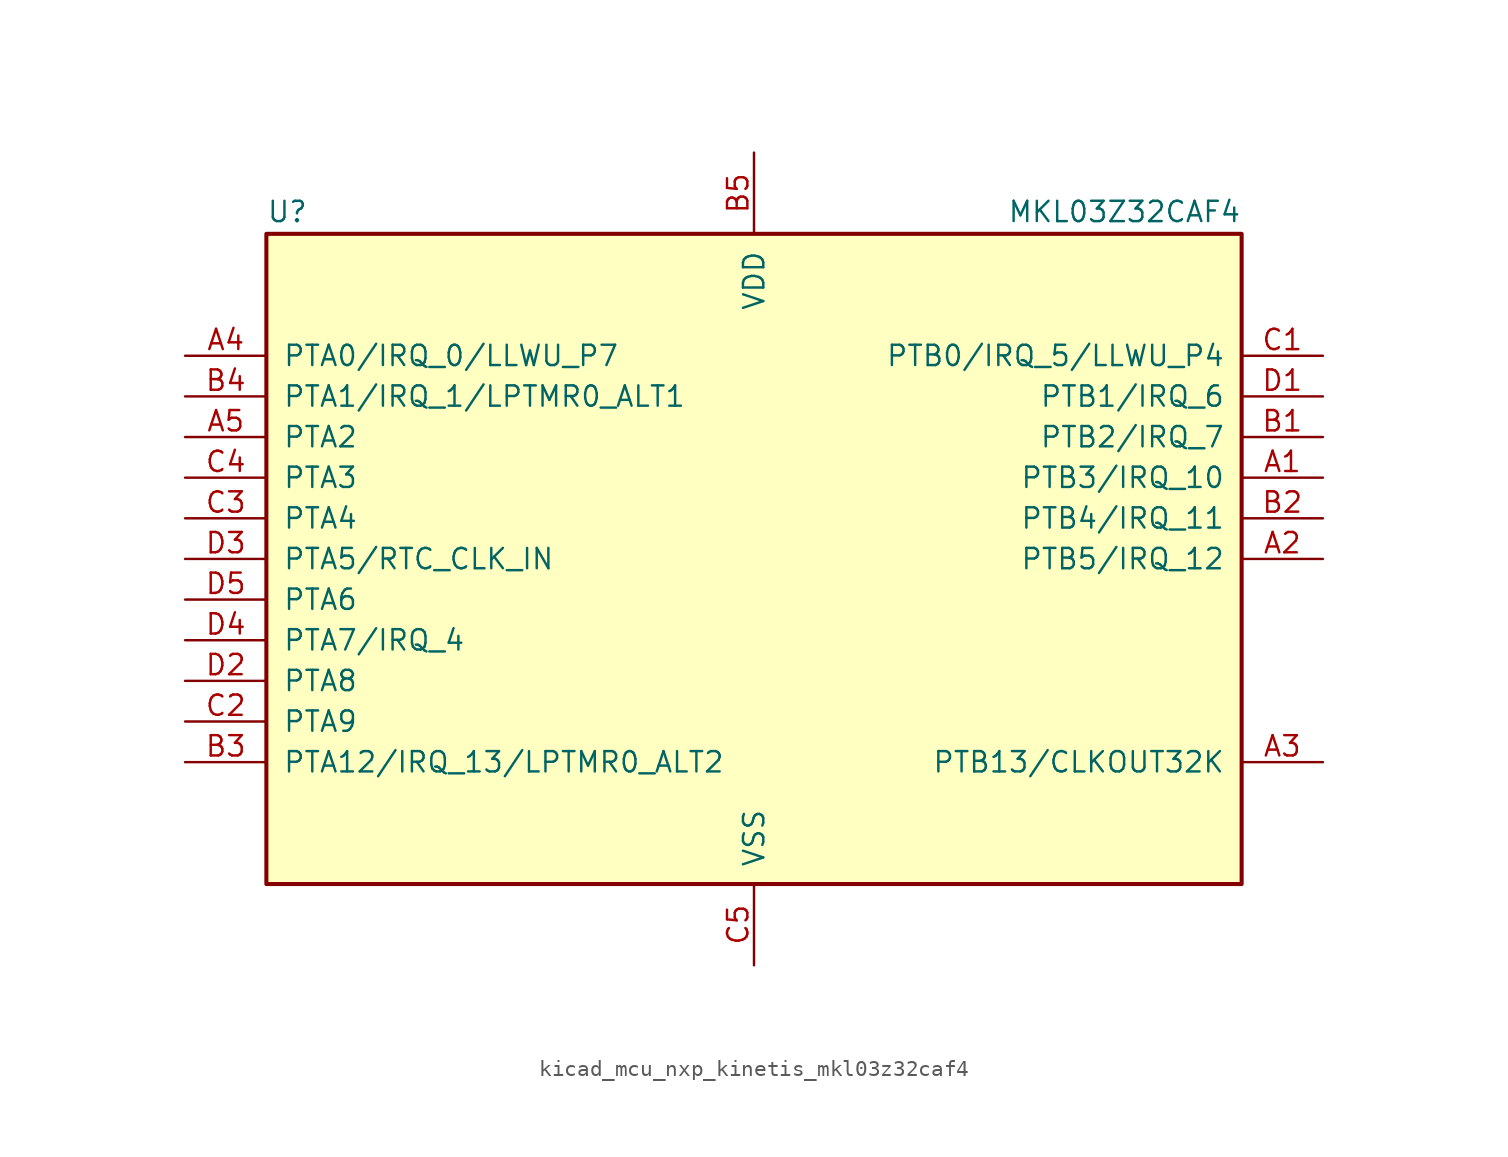
<source format=kicad_sym>
(kicad_symbol_lib
  (version 20220914)
  (generator kicad_symbol_editor)
  (symbol "kicad_mcu_nxp_kinetis_mkl03z32caf4"
    (pin_names
      (offset 1.016))
    (property "Reference" "U"
      (at -30.48 20.955 0)
      (effects (font (size 1.27 1.27)) (justify left bottom)))
    (property "Value" "MKL03Z32CAF4"
      (at 30.48 20.955 0)
      (effects (font (size 1.27 1.27)) (justify right bottom)))
    (symbol "kicad_mcu_nxp_kinetis_mkl03z32caf4_0_1"
      (rectangle (start -30.48 20.32) (end 30.48 -20.32) (stroke (width 0.254) (type default)) (fill (type background))))
    (symbol "kicad_mcu_nxp_kinetis_mkl03z32caf4_1_1"
      (pin bidirectional line (at 35.56 5.08 180) (length 5.08) (name "PTB3/IRQ_10" (effects (font (size 1.27 1.27)))) (number "A1" (effects (font (size 1.27 1.27)))))
      (pin bidirectional line (at 35.56 0 180) (length 5.08) (name "PTB5/IRQ_12" (effects (font (size 1.27 1.27)))) (number "A2" (effects (font (size 1.27 1.27)))))
      (pin bidirectional line (at 35.56 -12.7 180) (length 5.08) (name "PTB13/CLKOUT32K" (effects (font (size 1.27 1.27)))) (number "A3" (effects (font (size 1.27 1.27)))))
      (pin bidirectional line (at -35.56 12.7 0) (length 5.08) (name "PTA0/IRQ_0/LLWU_P7" (effects (font (size 1.27 1.27)))) (number "A4" (effects (font (size 1.27 1.27)))))
      (pin bidirectional line (at -35.56 7.62 0) (length 5.08) (name "PTA2" (effects (font (size 1.27 1.27)))) (number "A5" (effects (font (size 1.27 1.27)))))
      (pin bidirectional line (at 35.56 7.62 180) (length 5.08) (name "PTB2/IRQ_7" (effects (font (size 1.27 1.27)))) (number "B1" (effects (font (size 1.27 1.27)))))
      (pin bidirectional line (at 35.56 2.54 180) (length 5.08) (name "PTB4/IRQ_11" (effects (font (size 1.27 1.27)))) (number "B2" (effects (font (size 1.27 1.27)))))
      (pin bidirectional line (at -35.56 -12.7 0) (length 5.08) (name "PTA12/IRQ_13/LPTMR0_ALT2" (effects (font (size 1.27 1.27)))) (number "B3" (effects (font (size 1.27 1.27)))))
      (pin bidirectional line (at -35.56 10.16 0) (length 5.08) (name "PTA1/IRQ_1/LPTMR0_ALT1" (effects (font (size 1.27 1.27)))) (number "B4" (effects (font (size 1.27 1.27)))))
      (pin power_in line (at 0 25.4 270) (length 5.08) (name "VDD" (effects (font (size 1.27 1.27)))) (number "B5" (effects (font (size 1.27 1.27)))))
      (pin bidirectional line (at 35.56 12.7 180) (length 5.08) (name "PTB0/IRQ_5/LLWU_P4" (effects (font (size 1.27 1.27)))) (number "C1" (effects (font (size 1.27 1.27)))))
      (pin bidirectional line (at -35.56 -10.16 0) (length 5.08) (name "PTA9" (effects (font (size 1.27 1.27)))) (number "C2" (effects (font (size 1.27 1.27)))))
      (pin bidirectional line (at -35.56 2.54 0) (length 5.08) (name "PTA4" (effects (font (size 1.27 1.27)))) (number "C3" (effects (font (size 1.27 1.27)))))
      (pin bidirectional line (at -35.56 5.08 0) (length 5.08) (name "PTA3" (effects (font (size 1.27 1.27)))) (number "C4" (effects (font (size 1.27 1.27)))))
      (pin power_in line (at 0 -25.4 90) (length 5.08) (name "VSS" (effects (font (size 1.27 1.27)))) (number "C5" (effects (font (size 1.27 1.27)))))
      (pin bidirectional line (at 35.56 10.16 180) (length 5.08) (name "PTB1/IRQ_6" (effects (font (size 1.27 1.27)))) (number "D1" (effects (font (size 1.27 1.27)))))
      (pin bidirectional line (at -35.56 -7.62 0) (length 5.08) (name "PTA8" (effects (font (size 1.27 1.27)))) (number "D2" (effects (font (size 1.27 1.27)))))
      (pin bidirectional line (at -35.56 0 0) (length 5.08) (name "PTA5/RTC_CLK_IN" (effects (font (size 1.27 1.27)))) (number "D3" (effects (font (size 1.27 1.27)))))
      (pin bidirectional line (at -35.56 -5.08 0) (length 5.08) (name "PTA7/IRQ_4" (effects (font (size 1.27 1.27)))) (number "D4" (effects (font (size 1.27 1.27)))))
      (pin bidirectional line (at -35.56 -2.54 0) (length 5.08) (name "PTA6" (effects (font (size 1.27 1.27)))) (number "D5" (effects (font (size 1.27 1.27))))))))
</source>
